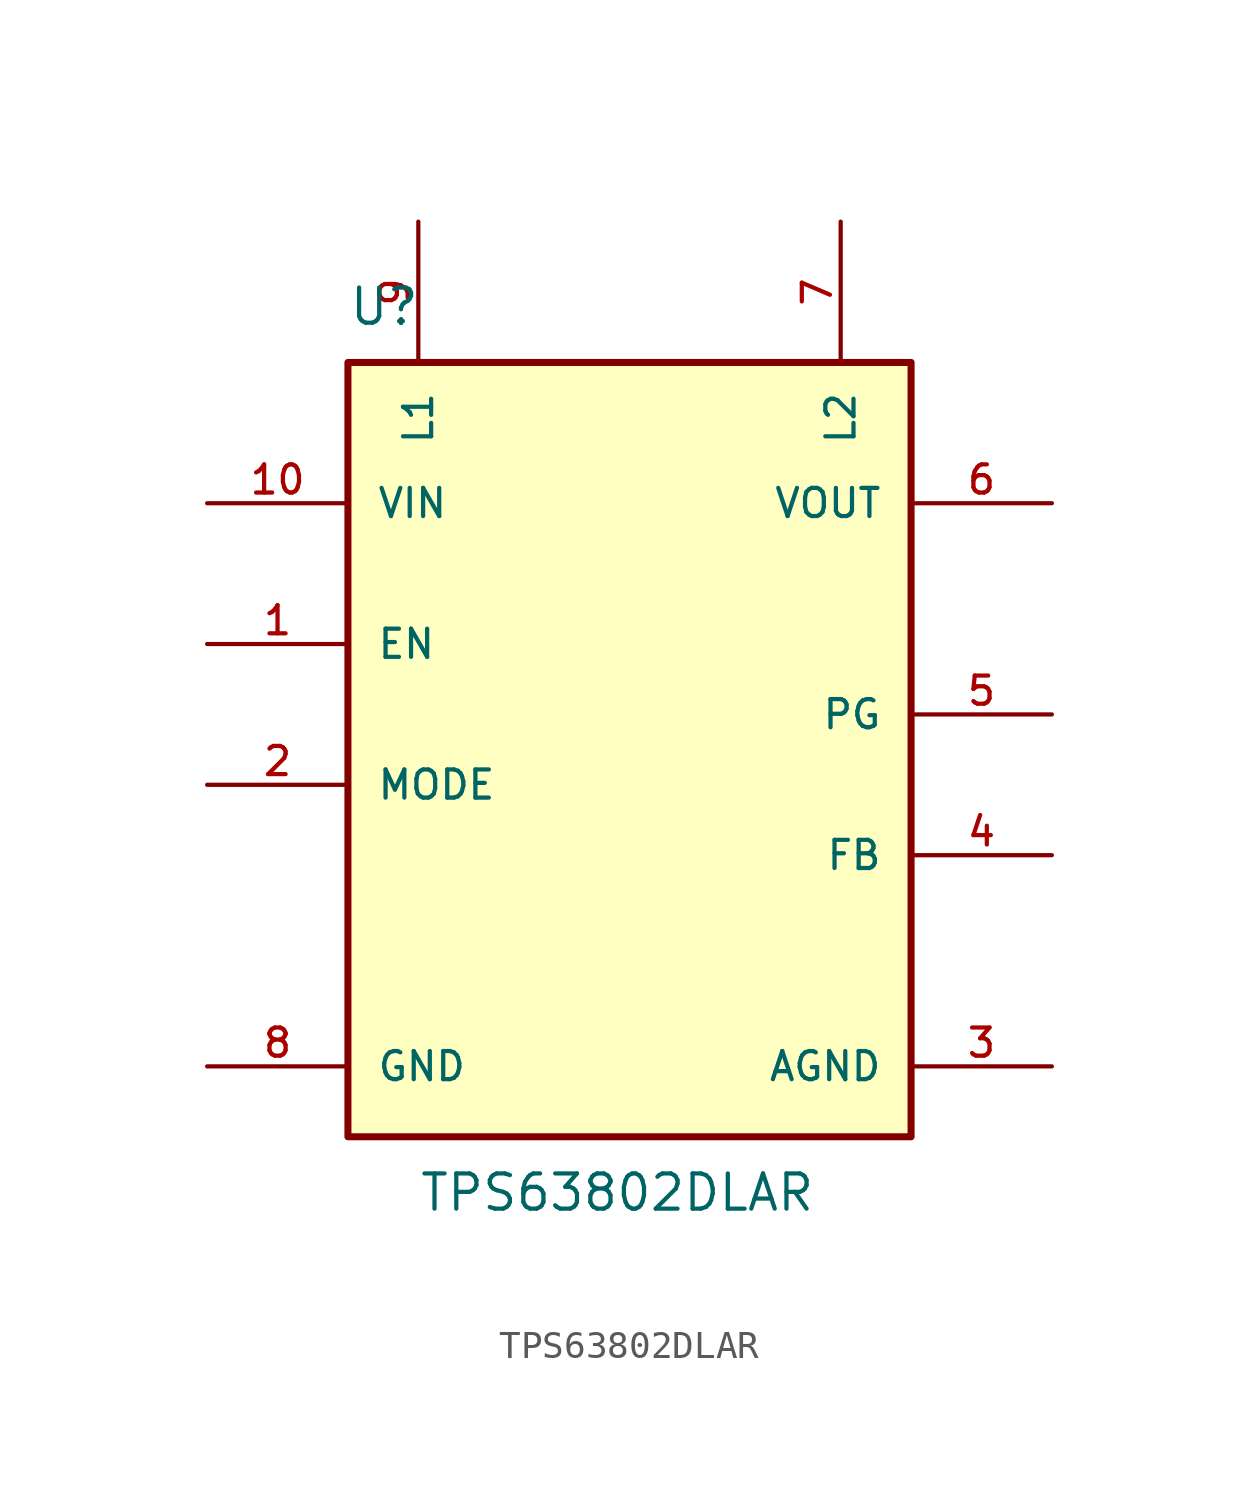
<source format=kicad_sym>
(kicad_symbol_lib
  (version 20220914)
  (generator kicad_symbol_editor)
  (symbol "TPS63802DLAR"
    (pin_names
      (offset 1.016))
    (property "Reference" "U"
      (at -10.16 13.97 0)
      (effects (font (size 1.27 1.27)) (justify left bottom)))
    (property "Value" "TPS63802DLAR"
      (at -7.62 -16.51 0)
      (effects (font (size 1.27 1.27)) (justify left top)))
    (symbol "TPS63802DLAR_0_0"
      (rectangle (start -10.16 12.7) (end 10.16 -15.24) (stroke (width 0.254) (type default)) (fill (type background)))
      (pin input line (at -15.24 2.54 0) (length 5.08) (name "EN" (effects (font (size 1.016 1.016)))) (number "1" (effects (font (size 1.016 1.016)))))
      (pin input line (at -15.24 7.62 0) (length 5.08) (name "VIN" (effects (font (size 1.016 1.016)))) (number "10" (effects (font (size 1.016 1.016)))))
      (pin input line (at -15.24 -2.54 0) (length 5.08) (name "MODE" (effects (font (size 1.016 1.016)))) (number "2" (effects (font (size 1.016 1.016)))))
      (pin power_in line (at 15.24 -12.7 180) (length 5.08) (name "AGND" (effects (font (size 1.016 1.016)))) (number "3" (effects (font (size 1.016 1.016)))))
      (pin input line (at 15.24 -5.08 180) (length 5.08) (name "FB" (effects (font (size 1.016 1.016)))) (number "4" (effects (font (size 1.016 1.016)))))
      (pin output line (at 15.24 0 180) (length 5.08) (name "PG" (effects (font (size 1.016 1.016)))) (number "5" (effects (font (size 1.016 1.016)))))
      (pin output line (at 15.24 7.62 180) (length 5.08) (name "VOUT" (effects (font (size 1.016 1.016)))) (number "6" (effects (font (size 1.016 1.016)))))
      (pin passive line (at 7.62 17.78 270) (length 5.08) (name "L2" (effects (font (size 1.016 1.016)))) (number "7" (effects (font (size 1.016 1.016)))))
      (pin power_in line (at -15.24 -12.7 0) (length 5.08) (name "GND" (effects (font (size 1.016 1.016)))) (number "8" (effects (font (size 1.016 1.016))))))
    (symbol "TPS63802DLAR_1_0"
      (pin passive line (at -7.62 17.78 270) (length 5.08) (name "L1" (effects (font (size 1.016 1.016)))) (number "9" (effects (font (size 1.016 1.016))))))))
</source>
